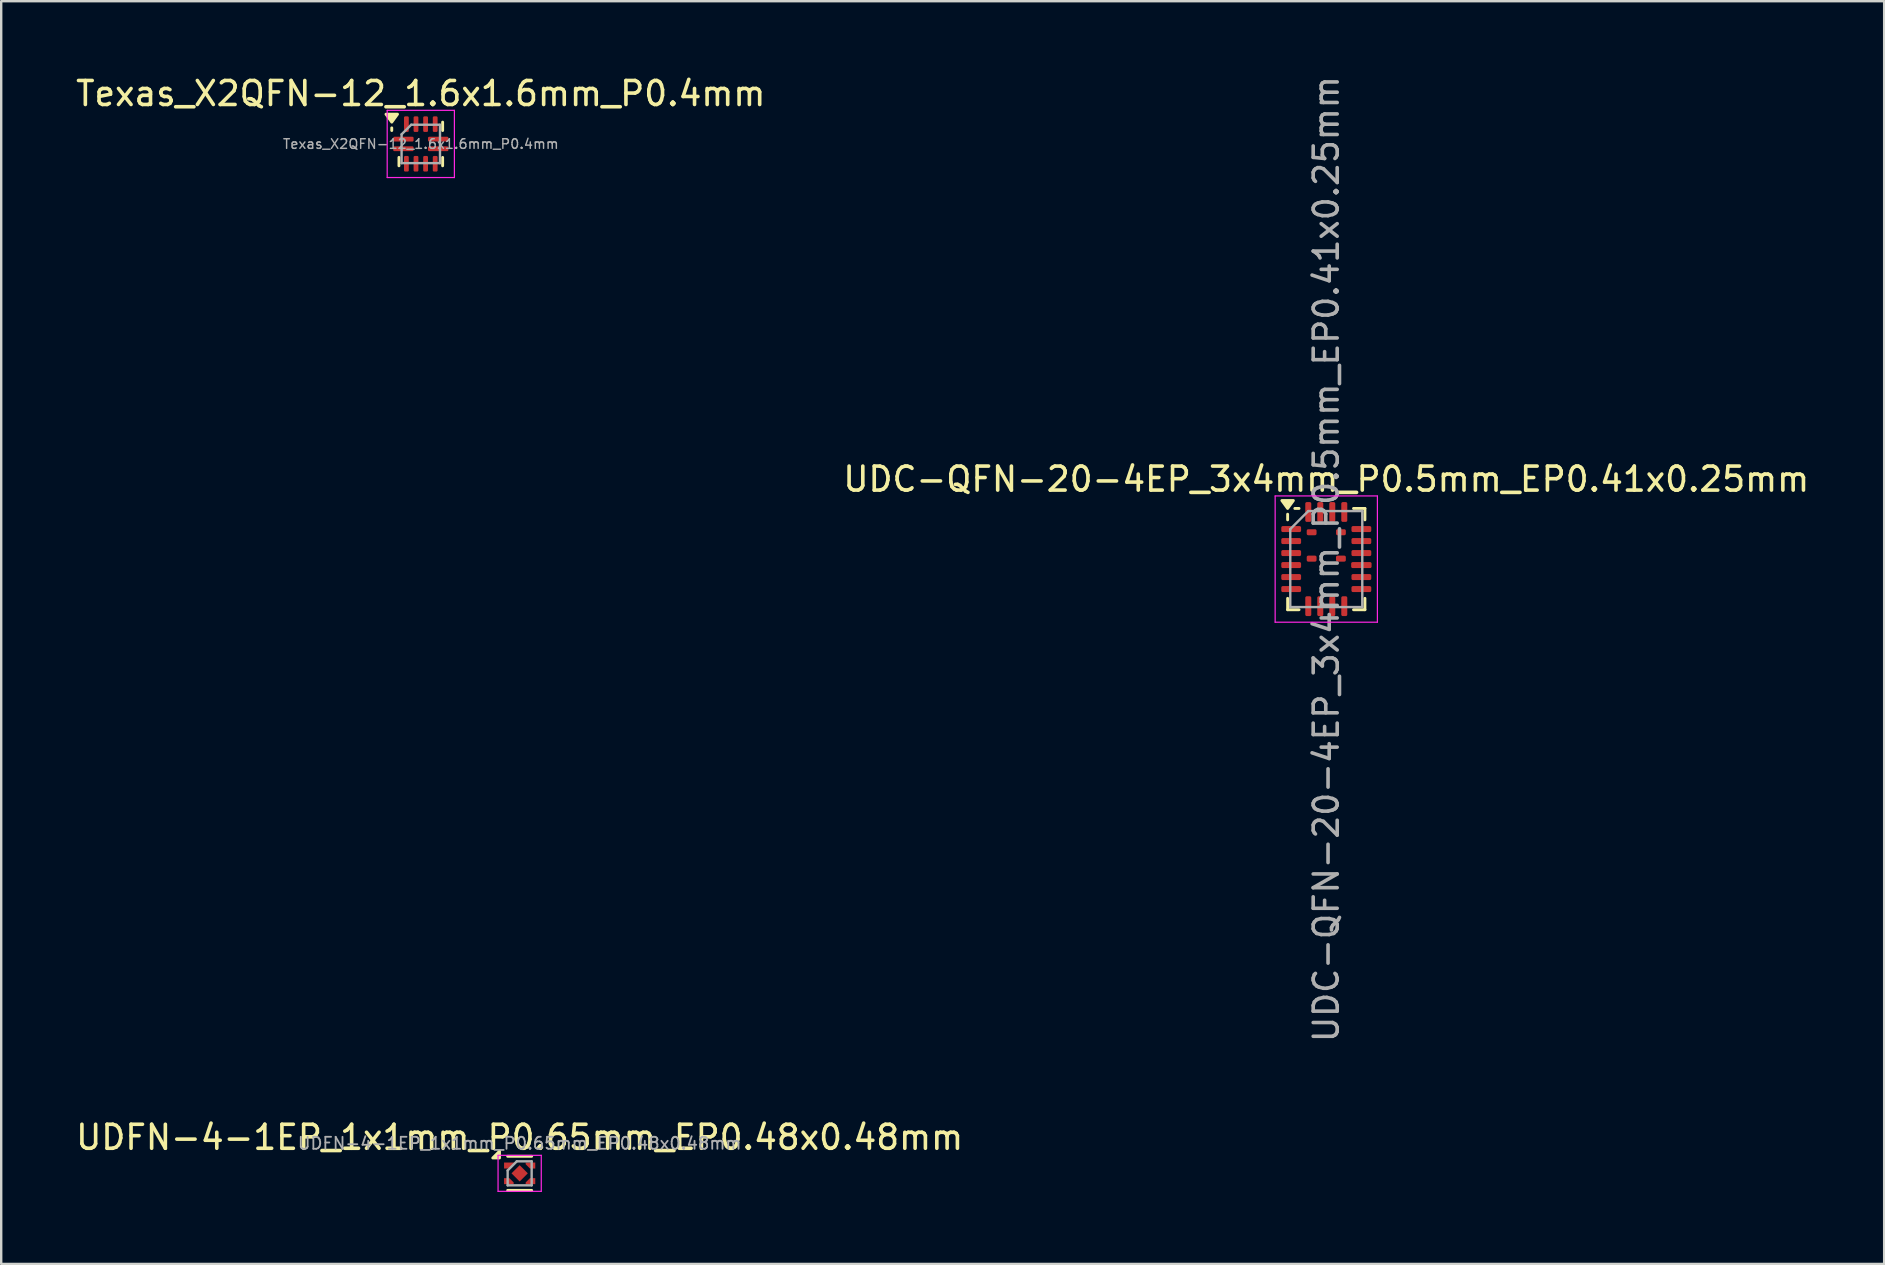
<source format=kicad_pcb>
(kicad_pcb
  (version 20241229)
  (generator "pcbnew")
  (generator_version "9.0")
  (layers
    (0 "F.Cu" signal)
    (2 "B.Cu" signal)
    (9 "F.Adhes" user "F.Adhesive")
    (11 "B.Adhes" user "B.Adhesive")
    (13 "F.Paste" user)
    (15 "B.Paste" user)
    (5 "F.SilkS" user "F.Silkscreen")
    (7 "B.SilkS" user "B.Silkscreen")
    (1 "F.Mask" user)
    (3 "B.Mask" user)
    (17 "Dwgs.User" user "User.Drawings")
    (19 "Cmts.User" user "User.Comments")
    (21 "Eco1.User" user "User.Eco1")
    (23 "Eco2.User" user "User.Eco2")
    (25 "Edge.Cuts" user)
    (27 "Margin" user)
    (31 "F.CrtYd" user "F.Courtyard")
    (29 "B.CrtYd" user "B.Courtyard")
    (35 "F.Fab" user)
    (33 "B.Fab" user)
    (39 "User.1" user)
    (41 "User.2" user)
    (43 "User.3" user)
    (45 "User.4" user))
  (footprint "UDFN-4-1EP_1x1mm_P0.65mm_EP0.48x0.48mm"
    (layer "F.Cu")
    (at 18.601 45.836)
    (property "Reference" "UDFN-4-1EP_1x1mm_P0.65mm_EP0.48x0.48mm" (at 0 -1.5 0) (layer "F.SilkS") (effects (font (size 1 1) (thickness 0.15))))
    (attr smd)
    (fp_line (start 0.5 -0.71) (end -0.5 -0.71) (stroke (width 0.12) (type solid)) (layer "F.SilkS"))
    (fp_line (start 0.5 0.71) (end -0.5 0.71) (stroke (width 0.12) (type solid)) (layer "F.SilkS"))
    (fp_poly (pts (xy -0.84 -0.64) (xy -1.12 -0.64) (xy -0.84 -0.92) (xy -0.84 -0.64)) (stroke (width 0.12) (type solid)) (fill yes) (layer "F.SilkS"))
    (fp_line (start -0.9 -0.75) (end 0.9 -0.75) (stroke (width 0.05) (type solid)) (layer "F.CrtYd"))
    (fp_line (start -0.9 0.75) (end -0.9 -0.75) (stroke (width 0.05) (type solid)) (layer "F.CrtYd"))
    (fp_line (start 0.9 -0.75) (end 0.9 0.75) (stroke (width 0.05) (type solid)) (layer "F.CrtYd"))
    (fp_line (start 0.9 0.75) (end -0.9 0.75) (stroke (width 0.05) (type solid)) (layer "F.CrtYd"))
    (fp_line (start -0.5 0.5) (end -0.5 -0.12) (stroke (width 0.1) (type solid)) (layer "F.Fab"))
    (fp_line (start -0.12 -0.5) (end -0.5 -0.12) (stroke (width 0.1) (type solid)) (layer "F.Fab"))
    (fp_line (start -0.12 -0.5) (end 0.5 -0.5) (stroke (width 0.1) (type solid)) (layer "F.Fab"))
    (fp_line (start 0.5 -0.5) (end 0.5 0.5) (stroke (width 0.1) (type solid)) (layer "F.Fab"))
    (fp_line (start 0.5 0.5) (end -0.5 0.5) (stroke (width 0.1) (type solid)) (layer "F.Fab"))
    (fp_text user "${REFERENCE}" (at 0 -1.25 0) (layer "F.Fab") (effects (font (size 0.5 0.5) (thickness 0.075))))
    (pad "1" smd custom (at -0.54 -0.325) (size 0.22 0.25) (layers "F.Cu" "F.Mask" "F.Paste") (options (anchor rect)) (primitives (gr_poly (pts (xy 0.11 0.125) (xy 0.11 -0.125) (xy 0.36 -0.125)) (width 0) (fill yes))))
    (pad "2" smd custom (at -0.54 0.325) (size 0.22 0.25) (layers "F.Cu" "F.Mask" "F.Paste") (options (anchor rect)) (primitives (gr_poly (pts (xy 0.29 0.055) (xy 0.29 0.125) (xy 0.11 0.125) (xy 0.11 -0.125)) (width 0) (fill yes))))
    (pad "3" smd custom (at 0.54 0.325) (size 0.22 0.25) (layers "F.Cu" "F.Mask" "F.Paste") (options (anchor rect)) (primitives (gr_poly (pts (xy -0.11 0.125) (xy -0.29 0.125) (xy -0.29 0.055) (xy -0.11 -0.125)) (width 0) (fill yes))))
    (pad "4" smd custom (at 0.54 -0.325) (size 0.22 0.25) (layers "F.Cu" "F.Mask" "F.Paste") (options (anchor rect)) (primitives (gr_poly (pts (xy -0.11 0.125) (xy -0.29 -0.055) (xy -0.29 -0.125) (xy -0.11 -0.125)) (width 0) (fill yes))))
    (pad "5" smd rect (at 0 0 45) (size 0.48 0.48) (layers "F.Cu" "F.Mask" "F.Paste")))
  (footprint "UDC-QFN-20-4EP_3x4mm_P0.5mm_EP0.41x0.25mm"
    (layer "F.Cu")
    (at 52.208 20.244)
    (property "Reference" "UDC-QFN-20-4EP_3x4mm_P0.5mm_EP0.41x0.25mm" (at 0 -3.33 0) (layer "F.SilkS") (effects (font (size 1 1) (thickness 0.15))))
    (attr smd)
    (fp_line (start -1.61 -1.635) (end -1.61 -1.87) (stroke (width 0.12) (type solid)) (layer "F.SilkS"))
    (fp_line (start -1.61 2.11) (end -1.61 1.635) (stroke (width 0.12) (type solid)) (layer "F.SilkS"))
    (fp_line (start -1.135 -2.11) (end -1.31 -2.11) (stroke (width 0.12) (type solid)) (layer "F.SilkS"))
    (fp_line (start -1.135 2.11) (end -1.61 2.11) (stroke (width 0.12) (type solid)) (layer "F.SilkS"))
    (fp_line (start 1.135 -2.11) (end 1.61 -2.11) (stroke (width 0.12) (type solid)) (layer "F.SilkS"))
    (fp_line (start 1.135 2.11) (end 1.61 2.11) (stroke (width 0.12) (type solid)) (layer "F.SilkS"))
    (fp_line (start 1.61 -2.11) (end 1.61 -1.635) (stroke (width 0.12) (type solid)) (layer "F.SilkS"))
    (fp_line (start 1.61 2.11) (end 1.61 1.635) (stroke (width 0.12) (type solid)) (layer "F.SilkS"))
    (fp_poly (pts (xy -1.61 -2.11) (xy -1.85 -2.44) (xy -1.37 -2.44) (xy -1.61 -2.11)) (stroke (width 0.12) (type solid)) (fill yes) (layer "F.SilkS"))
    (fp_line (start -2.13 -2.63) (end -2.13 2.63) (stroke (width 0.05) (type solid)) (layer "F.CrtYd"))
    (fp_line (start -2.13 2.63) (end 2.13 2.63) (stroke (width 0.05) (type solid)) (layer "F.CrtYd"))
    (fp_line (start 2.13 -2.63) (end -2.13 -2.63) (stroke (width 0.05) (type solid)) (layer "F.CrtYd"))
    (fp_line (start 2.13 2.63) (end 2.13 -2.63) (stroke (width 0.05) (type solid)) (layer "F.CrtYd"))
    (fp_line (start -1.5 -1.25) (end -0.75 -2) (stroke (width 0.1) (type solid)) (layer "F.Fab"))
    (fp_line (start -1.5 2) (end -1.5 -1.25) (stroke (width 0.1) (type solid)) (layer "F.Fab"))
    (fp_line (start -0.75 -2) (end 1.5 -2) (stroke (width 0.1) (type solid)) (layer "F.Fab"))
    (fp_line (start 1.5 -2) (end 1.5 2) (stroke (width 0.1) (type solid)) (layer "F.Fab"))
    (fp_line (start 1.5 2) (end -1.5 2) (stroke (width 0.1) (type solid)) (layer "F.Fab"))
    (fp_text user "${REFERENCE}" (at 0 0 90) (layer "F.Fab") (effects (font (size 1 1) (thickness 0.15))))
    (pad "1" smd roundrect (at -1.462 -1.25) (size 0.825 0.25) (layers "F.Cu" "F.Mask" "F.Paste") (roundrect_rratio 0.25))
    (pad "2" smd roundrect (at -1.462 -0.75) (size 0.825 0.25) (layers "F.Cu" "F.Mask" "F.Paste") (roundrect_rratio 0.25))
    (pad "3" smd roundrect (at -1.462 -0.25) (size 0.825 0.25) (layers "F.Cu" "F.Mask" "F.Paste") (roundrect_rratio 0.25))
    (pad "4" smd roundrect (at -1.462 0.25) (size 0.825 0.25) (layers "F.Cu" "F.Mask" "F.Paste") (roundrect_rratio 0.25))
    (pad "5" smd roundrect (at -1.462 0.75) (size 0.825 0.25) (layers "F.Cu" "F.Mask" "F.Paste") (roundrect_rratio 0.25))
    (pad "6" smd roundrect (at -1.462 1.25) (size 0.825 0.25) (layers "F.Cu" "F.Mask" "F.Paste") (roundrect_rratio 0.25))
    (pad "7" smd roundrect (at -0.75 1.962) (size 0.25 0.825) (layers "F.Cu" "F.Mask" "F.Paste") (roundrect_rratio 0.25))
    (pad "8" smd roundrect (at -0.25 1.962) (size 0.25 0.825) (layers "F.Cu" "F.Mask" "F.Paste") (roundrect_rratio 0.25))
    (pad "9" smd roundrect (at 0.25 1.962) (size 0.25 0.825) (layers "F.Cu" "F.Mask" "F.Paste") (roundrect_rratio 0.25))
    (pad "10" smd roundrect (at 0.75 1.962) (size 0.25 0.825) (layers "F.Cu" "F.Mask" "F.Paste") (roundrect_rratio 0.25))
    (pad "11" smd roundrect (at 1.462 1.25) (size 0.825 0.25) (layers "F.Cu" "F.Mask" "F.Paste") (roundrect_rratio 0.25))
    (pad "12" smd roundrect (at 1.462 0.75) (size 0.825 0.25) (layers "F.Cu" "F.Mask" "F.Paste") (roundrect_rratio 0.25))
    (pad "13" smd roundrect (at 1.462 0.25) (size 0.85 0.25) (layers "F.Cu" "F.Mask" "F.Paste") (roundrect_rratio 0.25))
    (pad "14" smd roundrect (at 1.462 -0.25) (size 0.825 0.25) (layers "F.Cu" "F.Mask" "F.Paste") (roundrect_rratio 0.25))
    (pad "15" smd roundrect (at 1.462 -0.75) (size 0.825 0.25) (layers "F.Cu" "F.Mask" "F.Paste") (roundrect_rratio 0.25))
    (pad "16" smd roundrect (at 1.462 -1.25) (size 0.825 0.25) (layers "F.Cu" "F.Mask" "F.Paste") (roundrect_rratio 0.25))
    (pad "17" smd roundrect (at 0.75 -1.962) (size 0.25 0.825) (layers "F.Cu" "F.Mask" "F.Paste") (roundrect_rratio 0.25))
    (pad "18" smd roundrect (at 0.25 -1.962) (size 0.25 0.825) (layers "F.Cu" "F.Mask" "F.Paste") (roundrect_rratio 0.25))
    (pad "19" smd roundrect (at -0.25 -1.962) (size 0.25 0.825) (layers "F.Cu" "F.Mask" "F.Paste") (roundrect_rratio 0.25))
    (pad "20" smd roundrect (at -0.75 -1.962) (size 0.25 0.825) (layers "F.Cu" "F.Mask" "F.Paste") (roundrect_rratio 0.25))
    (pad "21" smd roundrect (at -0.61 -1.119) (size 0.41 0.25) (layers "F.Cu" "F.Mask" "F.Paste") (roundrect_rratio 0.25))
    (pad "22" smd roundrect (at 0.61 -1.119) (size 0.41 0.25) (layers "F.Cu" "F.Mask" "F.Paste") (roundrect_rratio 0.25))
    (pad "23" smd roundrect (at -0.61 -0.019) (size 0.41 0.25) (layers "F.Cu" "F.Mask" "F.Paste") (roundrect_rratio 0.25))
    (pad "24" smd roundrect (at 0.61 -0.019) (size 0.41 0.25) (layers "F.Cu" "F.Mask" "F.Paste") (roundrect_rratio 0.25)))
  (footprint "Texas_X2QFN-12_1.6x1.6mm_P0.4mm"
    (layer "F.Cu")
    (at 14.482 2.948)
    (property "Reference" "Texas_X2QFN-12_1.6x1.6mm_P0.4mm" (at 0 -2.1 0) (layer "F.SilkS") (effects (font (size 1 1) (thickness 0.15))))
    (attr smd)
    (fp_line (start -1.21 -0.56) (end -1.21 -0.67) (stroke (width 0.12) (type solid)) (layer "F.SilkS"))
    (fp_line (start -0.91 0.91) (end -0.91 0.56) (stroke (width 0.12) (type solid)) (layer "F.SilkS"))
    (fp_line (start 0.91 -0.91) (end 0.91 -0.56) (stroke (width 0.12) (type solid)) (layer "F.SilkS"))
    (fp_line (start 0.91 0.91) (end 0.91 0.56) (stroke (width 0.12) (type solid)) (layer "F.SilkS"))
    (fp_poly (pts (xy -1.21 -0.91) (xy -1.45 -1.24) (xy -0.97 -1.24) (xy -1.21 -0.91)) (stroke (width 0.12) (type solid)) (fill yes) (layer "F.SilkS"))
    (fp_line (start -1.4 -1.4) (end -1.4 1.4) (stroke (width 0.05) (type solid)) (layer "F.CrtYd"))
    (fp_line (start -1.4 1.4) (end 1.4 1.4) (stroke (width 0.05) (type solid)) (layer "F.CrtYd"))
    (fp_line (start 1.4 -1.4) (end -1.4 -1.4) (stroke (width 0.05) (type solid)) (layer "F.CrtYd"))
    (fp_line (start 1.4 1.4) (end 1.4 -1.4) (stroke (width 0.05) (type solid)) (layer "F.CrtYd"))
    (fp_line (start -0.8 -0.4) (end -0.4 -0.8) (stroke (width 0.1) (type solid)) (layer "F.Fab"))
    (fp_line (start -0.8 0.8) (end -0.8 -0.4) (stroke (width 0.1) (type solid)) (layer "F.Fab"))
    (fp_line (start -0.4 -0.8) (end 0.8 -0.8) (stroke (width 0.1) (type solid)) (layer "F.Fab"))
    (fp_line (start 0.8 -0.8) (end 0.8 0.8) (stroke (width 0.1) (type solid)) (layer "F.Fab"))
    (fp_line (start 0.8 0.8) (end -0.8 0.8) (stroke (width 0.1) (type solid)) (layer "F.Fab"))
    (fp_text user "${REFERENCE}" (at 0 0 0) (layer "F.Fab") (effects (font (size 0.4 0.4) (thickness 0.06))))
    (pad "1" smd roundrect (at -0.725 -0.2) (size 0.85 0.2) (layers "F.Cu" "F.Mask" "F.Paste") (roundrect_rratio 0.25))
    (pad "2" smd roundrect (at -0.725 0.2) (size 0.85 0.2) (layers "F.Cu" "F.Mask" "F.Paste") (roundrect_rratio 0.25))
    (pad "3" smd roundrect (at -0.6 0.825) (size 0.2 0.65) (layers "F.Cu" "F.Mask" "F.Paste") (roundrect_rratio 0.25))
    (pad "4" smd roundrect (at -0.2 0.825) (size 0.2 0.65) (layers "F.Cu" "F.Mask" "F.Paste") (roundrect_rratio 0.25))
    (pad "5" smd roundrect (at 0.2 0.825) (size 0.2 0.65) (layers "F.Cu" "F.Mask" "F.Paste") (roundrect_rratio 0.25))
    (pad "6" smd roundrect (at 0.6 0.825) (size 0.2 0.65) (layers "F.Cu" "F.Mask" "F.Paste") (roundrect_rratio 0.25))
    (pad "7" smd roundrect (at 0.725 0.2) (size 0.85 0.2) (layers "F.Cu" "F.Mask" "F.Paste") (roundrect_rratio 0.25))
    (pad "8" smd roundrect (at 0.725 -0.2) (size 0.85 0.2) (layers "F.Cu" "F.Mask" "F.Paste") (roundrect_rratio 0.25))
    (pad "9" smd roundrect (at 0.6 -0.825) (size 0.2 0.65) (layers "F.Cu" "F.Mask" "F.Paste") (roundrect_rratio 0.25))
    (pad "10" smd roundrect (at 0.2 -0.825) (size 0.2 0.65) (layers "F.Cu" "F.Mask" "F.Paste") (roundrect_rratio 0.25))
    (pad "11" smd roundrect (at -0.2 -0.825) (size 0.2 0.65) (layers "F.Cu" "F.Mask" "F.Paste") (roundrect_rratio 0.25))
    (pad "12" smd roundrect (at -0.6 -0.825) (size 0.2 0.65) (layers "F.Cu" "F.Mask" "F.Paste") (roundrect_rratio 0.25)))
  (gr_rect
    (start -3 -3)
    (end 75.452 49.611)
    (stroke (width 0.1) (type default))
    (fill no)
    (layer "Edge.Cuts")))
</source>
